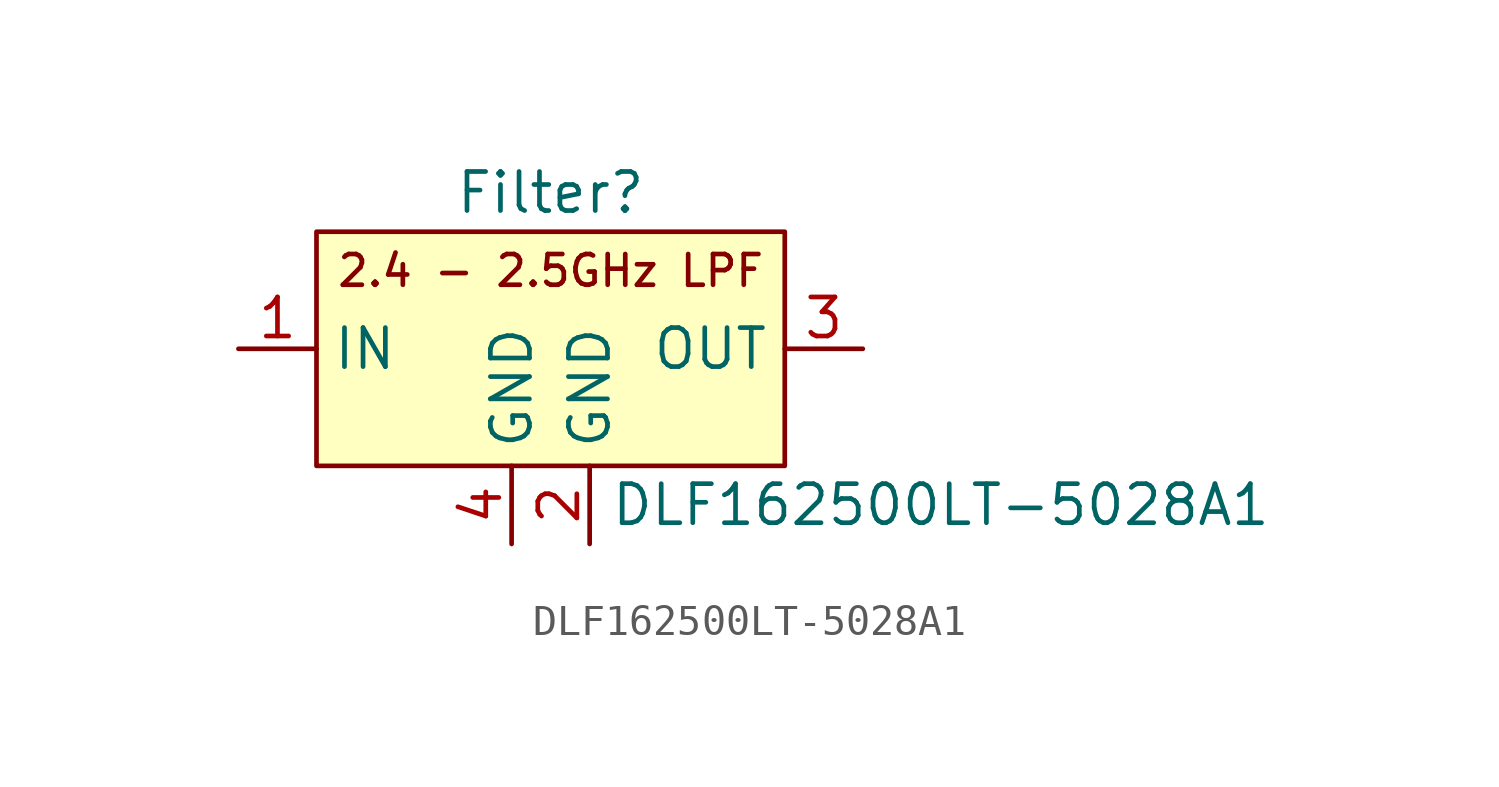
<source format=kicad_sym>
(kicad_symbol_lib
  (version 20220914)
  (generator kicad_symbol_editor)
  (symbol "DLF162500LT-5028A1"
    (property "Reference" "Filter"
      (at 0 5.08 0)
      (effects (font (size 1.27 1.27))))
    (property "Value" "DLF162500LT-5028A1"
      (at 12.7 -5.08 0)
      (effects (font (size 1.27 1.27))))
    (symbol "DLF162500LT-5028A1_0_0"
      (pin passive line (at -10.16 0 0) (length 2.54) (name "IN" (effects (font (size 1.27 1.27)))) (number "1" (effects (font (size 1.27 1.27)))))
      (pin passive line (at 1.27 -6.35 90) (length 2.54) (name "GND" (effects (font (size 1.27 1.27)))) (number "2" (effects (font (size 1.27 1.27)))))
      (pin passive line (at 10.16 0 180) (length 2.54) (name "OUT" (effects (font (size 1.27 1.27)))) (number "3" (effects (font (size 1.27 1.27)))))
      (pin passive line (at -1.27 -6.35 90) (length 2.54) (name "GND" (effects (font (size 1.27 1.27)))) (number "4" (effects (font (size 1.27 1.27))))))
    (symbol "DLF162500LT-5028A1_1_1"
      (rectangle (start -7.62 3.81) (end 7.62 -3.81) (stroke (width 0) (type default)) (fill (type background)))
      (text "2.4 - 2.5GHz LPF\n" (at 0 2.54 0) (effects (font (size 1 1)))))))
</source>
